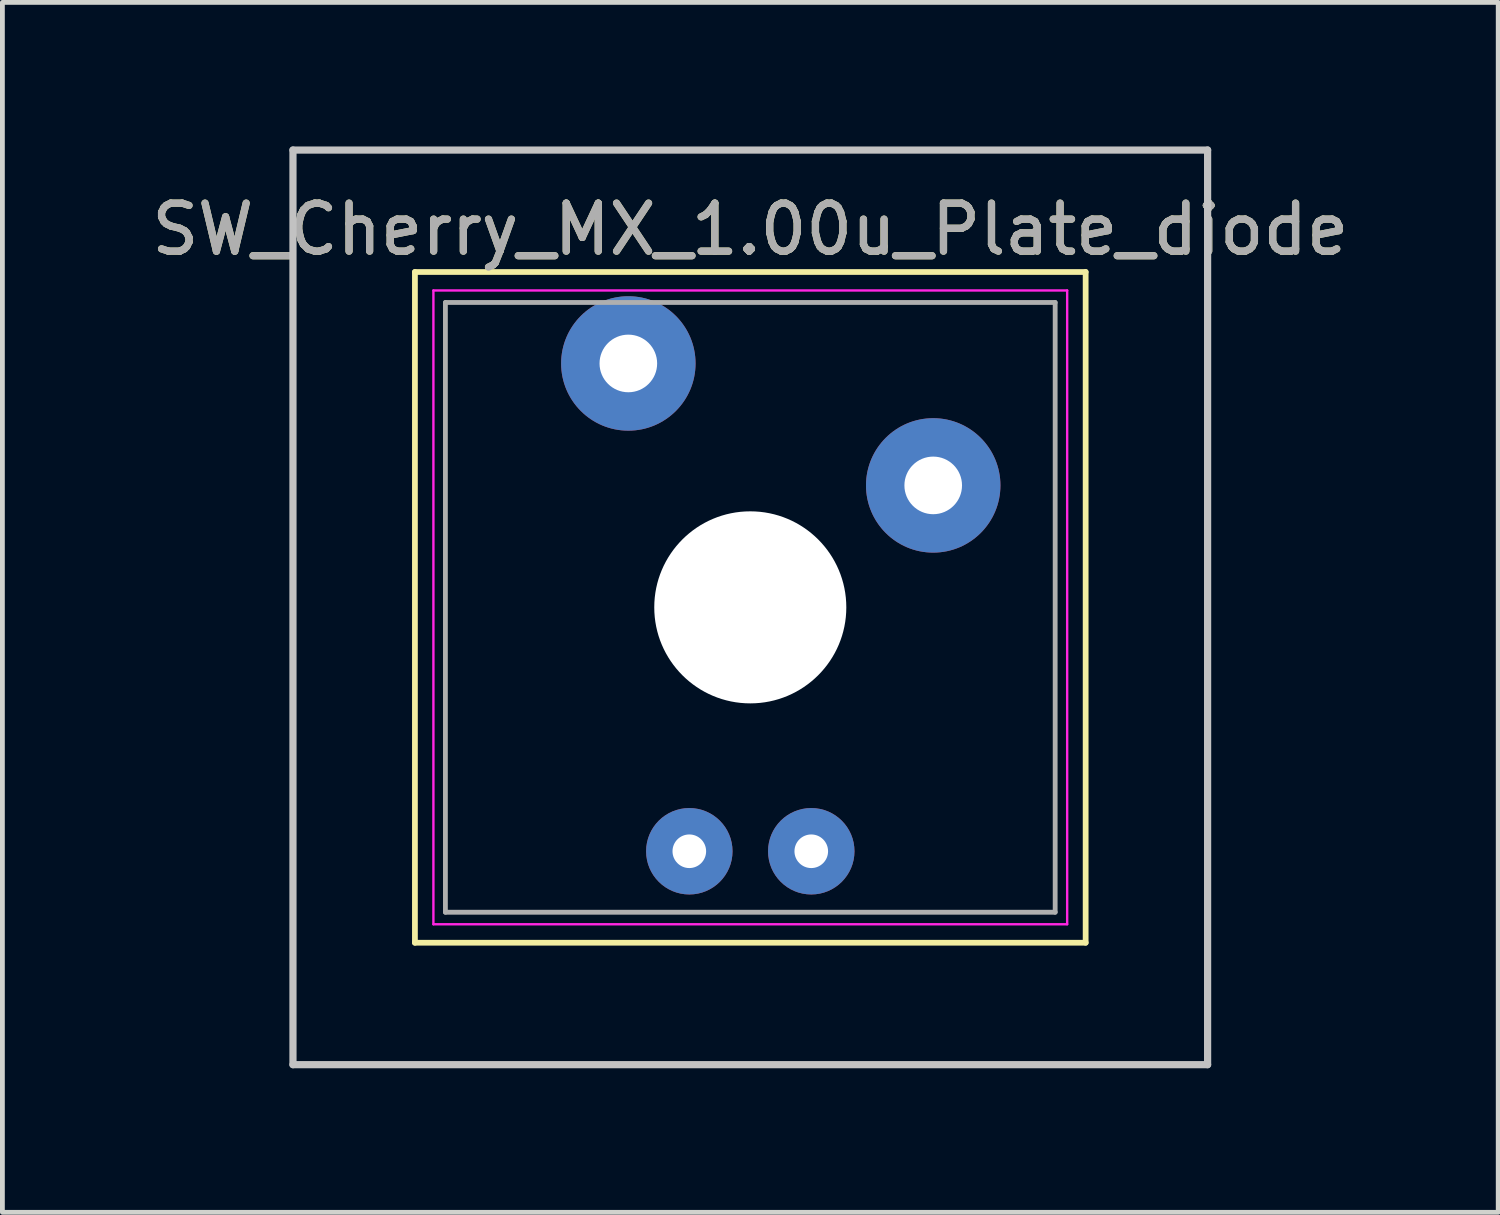
<source format=kicad_pcb>
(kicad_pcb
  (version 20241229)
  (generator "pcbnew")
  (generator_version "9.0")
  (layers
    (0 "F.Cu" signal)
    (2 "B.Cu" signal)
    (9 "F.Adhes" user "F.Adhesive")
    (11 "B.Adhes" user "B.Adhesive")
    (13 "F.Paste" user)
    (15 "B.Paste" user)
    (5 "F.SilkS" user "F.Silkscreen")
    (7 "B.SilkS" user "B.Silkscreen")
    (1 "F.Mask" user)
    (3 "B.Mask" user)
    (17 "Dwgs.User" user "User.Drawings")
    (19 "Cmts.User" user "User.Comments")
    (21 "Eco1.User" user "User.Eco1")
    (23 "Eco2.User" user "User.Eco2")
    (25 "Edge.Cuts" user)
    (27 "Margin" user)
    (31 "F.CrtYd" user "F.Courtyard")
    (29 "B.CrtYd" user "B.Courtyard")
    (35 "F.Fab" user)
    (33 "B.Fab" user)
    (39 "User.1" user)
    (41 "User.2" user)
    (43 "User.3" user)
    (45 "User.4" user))
  (footprint "SW_Cherry_MX_1.00u_Plate_diode"
    (layer "F.Cu")
    (at 12.577 9.6)
    (property "Reference" "SW_Cherry_MX_1.00u_Plate_diode" (at 0 -7.874 0) (layer "F.SilkS") (effects (font (size 1 1) (thickness 0.15))))
    (attr through_hole)
    (fp_line (start -6.985 -6.985) (end 6.985 -6.985) (stroke (width 0.12) (type solid)) (layer "F.SilkS"))
    (fp_line (start -6.985 6.985) (end -6.985 -6.985) (stroke (width 0.12) (type solid)) (layer "F.SilkS"))
    (fp_line (start 6.985 -6.985) (end 6.985 6.985) (stroke (width 0.12) (type solid)) (layer "F.SilkS"))
    (fp_line (start 6.985 6.985) (end -6.985 6.985) (stroke (width 0.12) (type solid)) (layer "F.SilkS"))
    (fp_line (start -9.525 -9.525) (end 9.525 -9.525) (stroke (width 0.15) (type solid)) (layer "Dwgs.User"))
    (fp_line (start -9.525 9.525) (end -9.525 -9.525) (stroke (width 0.15) (type solid)) (layer "Dwgs.User"))
    (fp_line (start 9.525 -9.525) (end 9.525 9.525) (stroke (width 0.15) (type solid)) (layer "Dwgs.User"))
    (fp_line (start 9.525 9.525) (end -9.525 9.525) (stroke (width 0.15) (type solid)) (layer "Dwgs.User"))
    (fp_line (start -6.6 -6.6) (end 6.6 -6.6) (stroke (width 0.05) (type solid)) (layer "F.CrtYd"))
    (fp_line (start -6.6 6.6) (end -6.6 -6.6) (stroke (width 0.05) (type solid)) (layer "F.CrtYd"))
    (fp_line (start 6.6 -6.6) (end 6.6 6.6) (stroke (width 0.05) (type solid)) (layer "F.CrtYd"))
    (fp_line (start 6.6 6.6) (end -6.6 6.6) (stroke (width 0.05) (type solid)) (layer "F.CrtYd"))
    (fp_line (start -6.35 -6.35) (end 6.35 -6.35) (stroke (width 0.1) (type solid)) (layer "F.Fab"))
    (fp_line (start -6.35 6.35) (end -6.35 -6.35) (stroke (width 0.1) (type solid)) (layer "F.Fab"))
    (fp_line (start 6.35 -6.35) (end 6.35 6.35) (stroke (width 0.1) (type solid)) (layer "F.Fab"))
    (fp_line (start 6.35 6.35) (end -6.35 6.35) (stroke (width 0.1) (type solid)) (layer "F.Fab"))
    (fp_text user "${REFERENCE}" (at 0 -7.874 0) (layer "F.Fab") (effects (font (size 1 1) (thickness 0.15))))
    (pad "" np_thru_hole circle (at 0 0) (size 4 4) (drill 4) (layers "*.Cu" "*.Mask"))
    (pad "1" thru_hole circle (at 3.81 -2.54) (size 2.8 2.8) (drill 1.2) (layers "*.Cu" "*.Mask"))
    (pad "2" thru_hole circle (at -2.54 -5.08) (size 2.8 2.8) (drill 1.2) (layers "*.Cu" "*.Mask"))
    (pad "3" thru_hole circle (at -1.27 5.08) (size 1.8 1.8) (drill 0.7) (layers "*.Cu" "*.Mask"))
    (pad "4" thru_hole circle (at 1.27 5.08) (size 1.8 1.8) (drill 0.7) (layers "*.Cu" "*.Mask")))
  (gr_rect
    (start -3 -3)
    (end 28.155 22.2)
    (stroke (width 0.1) (type default))
    (fill no)
    (layer "Edge.Cuts")))
</source>
